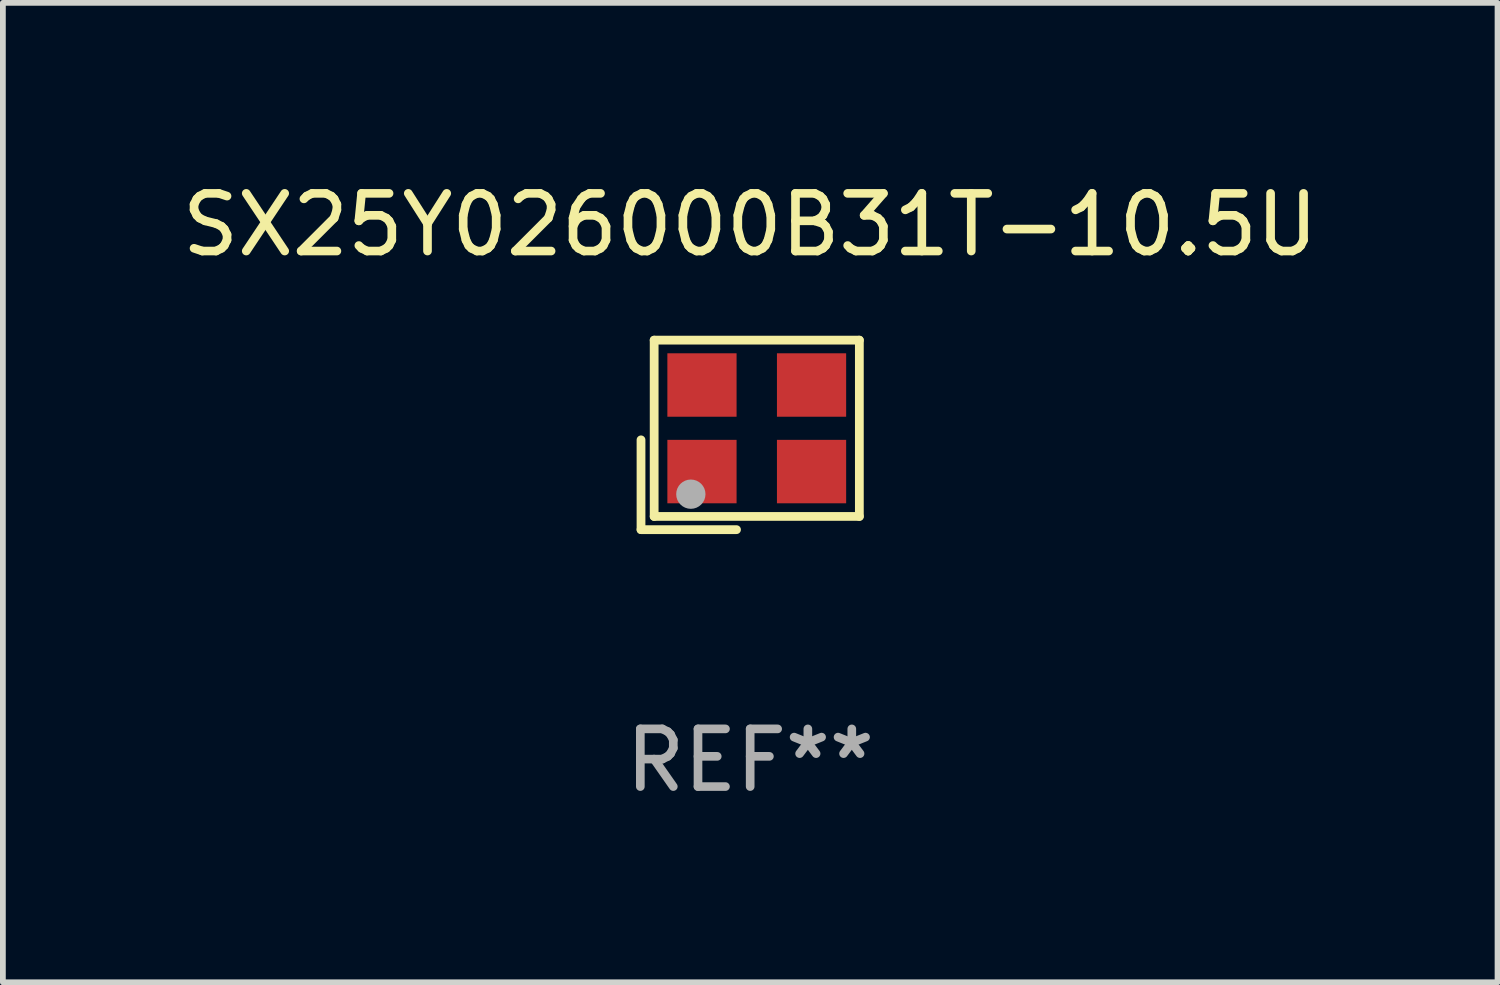
<source format=kicad_pcb>
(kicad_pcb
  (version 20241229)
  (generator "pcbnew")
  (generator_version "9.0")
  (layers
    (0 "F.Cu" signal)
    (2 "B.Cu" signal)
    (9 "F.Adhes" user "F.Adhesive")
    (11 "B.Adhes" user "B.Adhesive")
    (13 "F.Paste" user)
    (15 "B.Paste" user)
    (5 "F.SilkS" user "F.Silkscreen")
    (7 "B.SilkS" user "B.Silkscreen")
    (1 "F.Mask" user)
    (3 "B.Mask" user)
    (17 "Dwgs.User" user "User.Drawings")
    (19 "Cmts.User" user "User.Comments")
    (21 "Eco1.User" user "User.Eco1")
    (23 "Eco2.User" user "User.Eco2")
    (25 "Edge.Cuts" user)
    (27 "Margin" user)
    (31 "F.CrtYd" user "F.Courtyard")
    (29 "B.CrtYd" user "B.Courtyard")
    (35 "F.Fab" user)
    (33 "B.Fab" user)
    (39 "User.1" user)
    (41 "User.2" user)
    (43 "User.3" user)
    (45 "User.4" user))
  (footprint "SX25Y026000B31T-10.5U"
    (layer "F.Cu")
    (at 9.958 4.491)
    (property "Reference" "SX25Y026000B31T-10.5U" (at 0 -3.643 0) (layer "F.SilkS") (effects (font (size 1 1) (thickness 0.15))))
    (attr through_hole)
    (fp_line (start -1.893 0.086) (end -1.893 1.643) (stroke (width 0.152) (type solid)) (layer "F.SilkS"))
    (fp_line (start -1.893 1.643) (end -0.237 1.643) (stroke (width 0.152) (type solid)) (layer "F.SilkS"))
    (fp_line (start -1.665 -1.643) (end 1.893 -1.643) (stroke (width 0.152) (type solid)) (layer "F.SilkS"))
    (fp_line (start -1.665 1.414) (end -1.665 -1.643) (stroke (width 0.152) (type solid)) (layer "F.SilkS"))
    (fp_line (start 1.893 -1.643) (end 1.893 1.414) (stroke (width 0.152) (type solid)) (layer "F.SilkS"))
    (fp_line (start 1.893 1.414) (end -1.665 1.414) (stroke (width 0.152) (type solid)) (layer "F.SilkS"))
    (fp_circle (center -1.136 0.885) (end -1.106 0.885) (stroke (width 0.06) (type solid)) (fill no) (layer "F.SilkS"))
    (fp_circle (center -1.029 1.028) (end -0.902 1.028) (stroke (width 0.254) (type solid)) (fill no) (layer "F.Fab"))
    (fp_text user "REF**" (at 0 5.643 0) (layer "F.Fab") (effects (font (size 1 1) (thickness 0.15))))
    (pad "1" smd rect (at -0.836 0.636) (size 1.2 1.1) (layers "F.Cu" "F.Mask" "F.Paste"))
    (pad "2" smd rect (at 1.064 0.636) (size 1.2 1.1) (layers "F.Cu" "F.Mask" "F.Paste"))
    (pad "3" smd rect (at 1.064 -0.865) (size 1.2 1.1) (layers "F.Cu" "F.Mask" "F.Paste"))
    (pad "4" smd rect (at -0.836 -0.865) (size 1.2 1.1) (layers "F.Cu" "F.Mask" "F.Paste")))
  (gr_rect
    (start -3 -3)
    (end 22.917 13.983)
    (stroke (width 0.1) (type default))
    (fill no)
    (layer "Edge.Cuts")))
</source>
